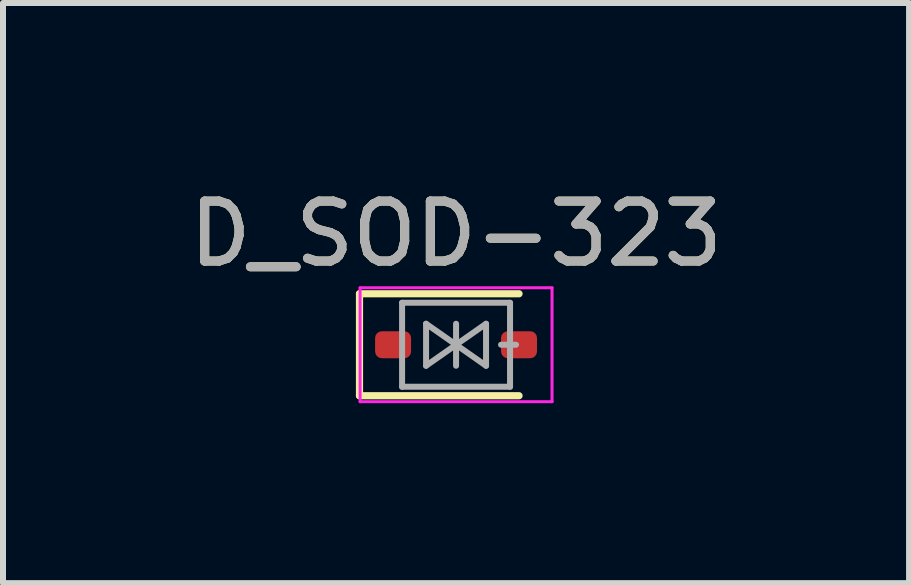
<source format=kicad_pcb>
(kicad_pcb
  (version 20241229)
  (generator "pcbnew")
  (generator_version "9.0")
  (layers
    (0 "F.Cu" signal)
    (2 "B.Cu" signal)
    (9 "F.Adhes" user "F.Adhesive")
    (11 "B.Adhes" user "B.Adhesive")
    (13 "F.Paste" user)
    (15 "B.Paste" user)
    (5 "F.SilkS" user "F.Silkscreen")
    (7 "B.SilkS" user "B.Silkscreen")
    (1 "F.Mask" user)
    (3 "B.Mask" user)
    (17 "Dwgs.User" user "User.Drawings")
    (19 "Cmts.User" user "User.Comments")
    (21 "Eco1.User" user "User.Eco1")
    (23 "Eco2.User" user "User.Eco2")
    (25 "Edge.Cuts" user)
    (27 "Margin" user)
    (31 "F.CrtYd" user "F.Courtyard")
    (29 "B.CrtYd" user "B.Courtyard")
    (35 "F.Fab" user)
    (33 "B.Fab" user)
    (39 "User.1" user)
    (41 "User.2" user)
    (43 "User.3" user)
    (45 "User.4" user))
  (footprint "D_SOD-323"
    (layer "F.Cu")
    (at 4.554 2.698)
    (property "Reference" "D_SOD-323" (at 0 -1.85 0) (layer "F.SilkS") (effects (font (size 1 1) (thickness 0.15))))
    (attr smd)
    (fp_line (start -1.61 -0.85) (end -1.61 0.85) (stroke (width 0.12) (type solid)) (layer "F.SilkS"))
    (fp_line (start -1.61 -0.85) (end 1.05 -0.85) (stroke (width 0.12) (type solid)) (layer "F.SilkS"))
    (fp_line (start -1.61 0.85) (end 1.05 0.85) (stroke (width 0.12) (type solid)) (layer "F.SilkS"))
    (fp_line (start -1.6 -0.95) (end -1.6 0.95) (stroke (width 0.05) (type solid)) (layer "F.CrtYd"))
    (fp_line (start -1.6 -0.95) (end 1.6 -0.95) (stroke (width 0.05) (type solid)) (layer "F.CrtYd"))
    (fp_line (start -1.6 0.95) (end 1.6 0.95) (stroke (width 0.05) (type solid)) (layer "F.CrtYd"))
    (fp_line (start 1.6 -0.95) (end 1.6 0.95) (stroke (width 0.05) (type solid)) (layer "F.CrtYd"))
    (fp_line (start -0.9 -0.7) (end 0.9 -0.7) (stroke (width 0.1) (type solid)) (layer "F.Fab"))
    (fp_line (start -0.9 0.7) (end -0.9 -0.7) (stroke (width 0.1) (type solid)) (layer "F.Fab"))
    (fp_line (start -0.5 -0.35) (end -0.5 0.35) (stroke (width 0.1) (type solid)) (layer "F.Fab"))
    (fp_line (start -0.5 -0.35) (end 0 0) (stroke (width 0.1) (type solid)) (layer "F.Fab"))
    (fp_line (start 0 -0.35) (end 0 0.35) (stroke (width 0.1) (type solid)) (layer "F.Fab"))
    (fp_line (start 0 0) (end -0.5 0.35) (stroke (width 0.1) (type solid)) (layer "F.Fab"))
    (fp_line (start 0 0) (end 0.5 -0.35) (stroke (width 0.1) (type solid)) (layer "F.Fab"))
    (fp_line (start 0.5 -0.35) (end 0.5 0.35) (stroke (width 0.1) (type solid)) (layer "F.Fab"))
    (fp_line (start 0.5 0.35) (end 0 0) (stroke (width 0.1) (type solid)) (layer "F.Fab"))
    (fp_line (start 0.75 0) (end 1 0) (stroke (width 0.1) (type solid)) (layer "F.Fab"))
    (fp_line (start 0.9 -0.7) (end 0.9 0.7) (stroke (width 0.1) (type solid)) (layer "F.Fab"))
    (fp_line (start 0.9 0.7) (end -0.9 0.7) (stroke (width 0.1) (type solid)) (layer "F.Fab"))
    (fp_text user "${REFERENCE}" (at 0 -1.85 0) (layer "F.Fab") (effects (font (size 1 1) (thickness 0.15))))
    (pad "1" smd roundrect (at -1.05 0) (size 0.6 0.45) (layers "F.Cu" "F.Mask" "F.Paste") (roundrect_rratio 0.25))
    (pad "2" smd roundrect (at 1.05 0) (size 0.6 0.45) (layers "F.Cu" "F.Mask" "F.Paste") (roundrect_rratio 0.25)))
  (gr_rect
    (start -3 -3)
    (end 12.107 6.673)
    (stroke (width 0.1) (type default))
    (fill no)
    (layer "Edge.Cuts")))
</source>
